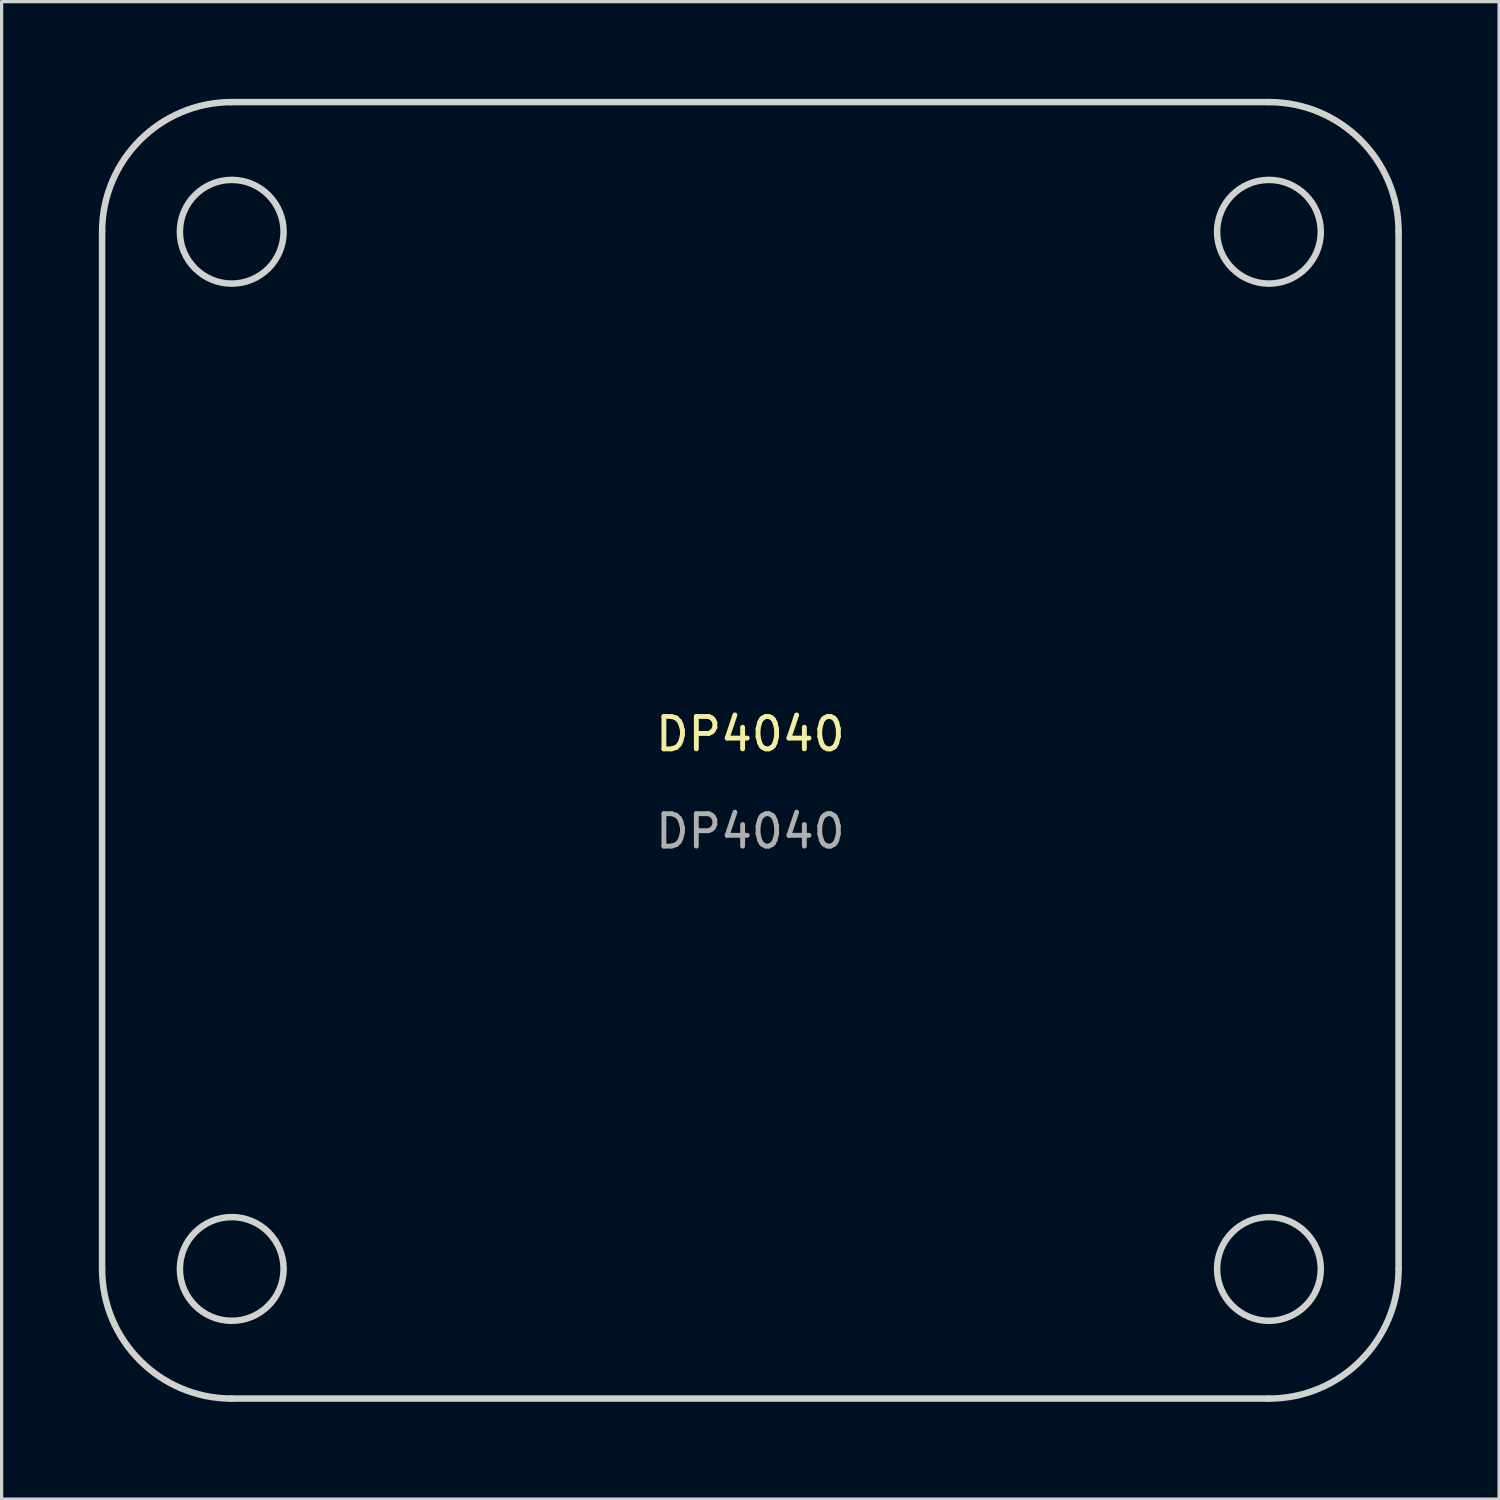
<source format=kicad_pcb>
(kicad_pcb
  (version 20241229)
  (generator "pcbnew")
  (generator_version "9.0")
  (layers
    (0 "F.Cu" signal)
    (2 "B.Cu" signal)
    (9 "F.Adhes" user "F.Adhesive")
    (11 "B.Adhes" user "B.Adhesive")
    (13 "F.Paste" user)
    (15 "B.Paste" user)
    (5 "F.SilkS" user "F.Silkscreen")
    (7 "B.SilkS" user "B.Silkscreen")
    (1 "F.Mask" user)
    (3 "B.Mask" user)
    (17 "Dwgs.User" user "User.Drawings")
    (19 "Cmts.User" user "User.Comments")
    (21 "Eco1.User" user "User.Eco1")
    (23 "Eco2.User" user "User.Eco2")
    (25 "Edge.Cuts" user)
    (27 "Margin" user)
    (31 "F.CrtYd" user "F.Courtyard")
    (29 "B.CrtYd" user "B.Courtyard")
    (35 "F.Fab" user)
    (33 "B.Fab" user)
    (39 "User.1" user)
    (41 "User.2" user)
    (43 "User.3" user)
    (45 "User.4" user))
  (footprint "DP4040"
    (layer "F.Cu")
    (at 20.1 20.1)
    (property "Reference" "DP4040" (at 0 -0.5 0) (unlocked yes) (layer "F.SilkS") (effects (font (size 1 1) (thickness 0.15))))
    (fp_line (start -20 16) (end -20 -16) (stroke (width 0.2) (type solid)) (layer "Edge.Cuts"))
    (fp_line (start -16 -20) (end 16 -20) (stroke (width 0.2) (type solid)) (layer "Edge.Cuts"))
    (fp_line (start 16 20) (end -16 20) (stroke (width 0.2) (type solid)) (layer "Edge.Cuts"))
    (fp_line (start 20 -16) (end 20 16) (stroke (width 0.2) (type solid)) (layer "Edge.Cuts"))
    (fp_arc (start -20 -16) (mid -18.828427 -18.828427) (end -16 -20) (stroke (width 0.2) (type solid)) (layer "Edge.Cuts"))
    (fp_arc (start -16 20) (mid -18.828427 18.828427) (end -20 16) (stroke (width 0.2) (type solid)) (layer "Edge.Cuts"))
    (fp_arc (start 16 -20) (mid 18.828427 -18.828427) (end 20 -16) (stroke (width 0.2) (type solid)) (layer "Edge.Cuts"))
    (fp_arc (start 20 16) (mid 18.828427 18.828427) (end 16 20) (stroke (width 0.2) (type solid)) (layer "Edge.Cuts"))
    (fp_circle (center -16 -16) (end -14.4 -16) (stroke (width 0.2) (type solid)) (fill no) (layer "Edge.Cuts"))
    (fp_circle (center -16 16) (end -14.4 16) (stroke (width 0.2) (type solid)) (fill no) (layer "Edge.Cuts"))
    (fp_circle (center 16 -16) (end 17.6 -16) (stroke (width 0.2) (type solid)) (fill no) (layer "Edge.Cuts"))
    (fp_circle (center 16 16) (end 17.6 16) (stroke (width 0.2) (type solid)) (fill no) (layer "Edge.Cuts"))
    (fp_text user "${REFERENCE}" (at 0 2.5 0) (unlocked yes) (layer "F.Fab") (effects (font (size 1 1) (thickness 0.15)))))
  (gr_rect
    (start -3 -3)
    (end 43.2 43.2)
    (stroke (width 0.1) (type default))
    (fill no)
    (layer "Edge.Cuts")))
</source>
